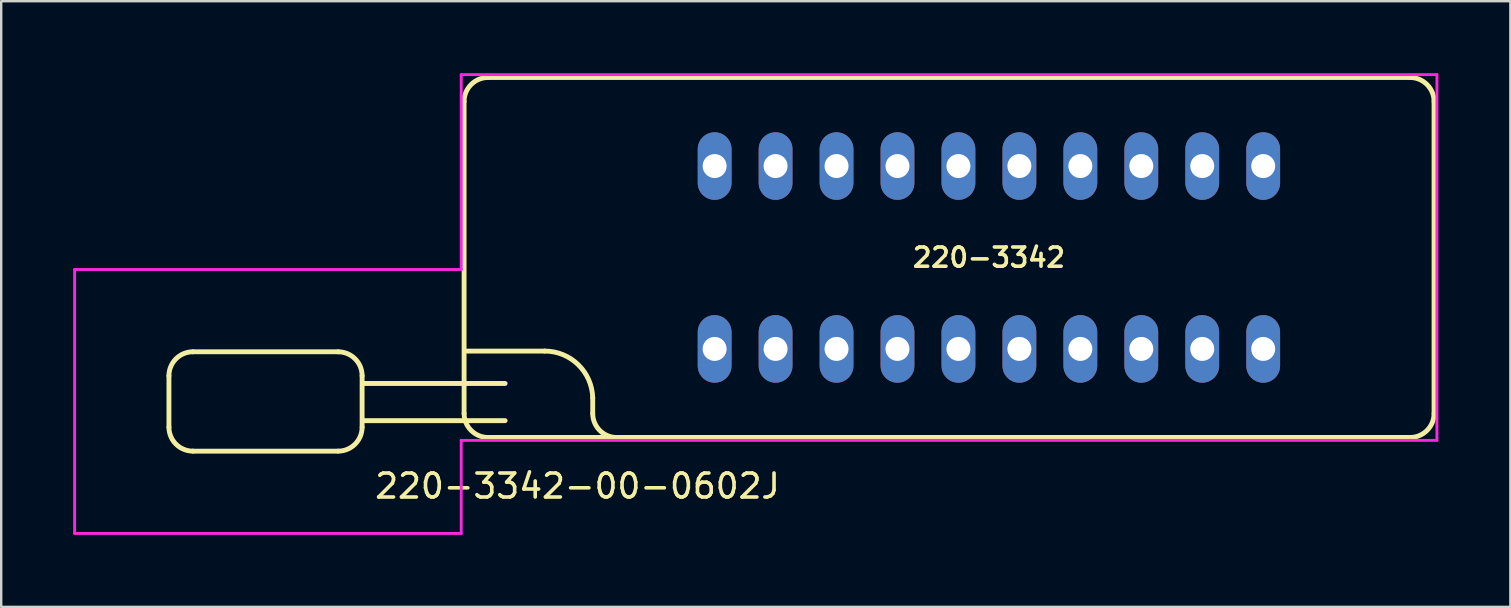
<source format=kicad_pcb>
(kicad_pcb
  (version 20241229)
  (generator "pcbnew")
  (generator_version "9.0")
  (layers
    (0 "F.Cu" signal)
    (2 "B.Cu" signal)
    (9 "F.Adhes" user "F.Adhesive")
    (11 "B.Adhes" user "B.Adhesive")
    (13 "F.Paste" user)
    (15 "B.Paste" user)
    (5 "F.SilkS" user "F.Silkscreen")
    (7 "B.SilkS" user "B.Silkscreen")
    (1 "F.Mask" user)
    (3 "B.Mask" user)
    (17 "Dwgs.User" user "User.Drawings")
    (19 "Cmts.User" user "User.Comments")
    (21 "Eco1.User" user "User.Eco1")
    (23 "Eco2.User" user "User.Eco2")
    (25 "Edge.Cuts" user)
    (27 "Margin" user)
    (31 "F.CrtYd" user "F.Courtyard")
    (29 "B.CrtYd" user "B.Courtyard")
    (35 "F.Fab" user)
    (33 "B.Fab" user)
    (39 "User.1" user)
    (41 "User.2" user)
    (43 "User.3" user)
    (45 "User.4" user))
  (footprint "220-3342-00-0602J"
    (layer "F.Cu")
    (at 38.16 7.68)
    (property "Reference" "220-3342-00-0602J" (at -17.145 9.525 0) (layer "F.SilkS") (effects (font (size 1 1) (thickness 0.15))))
    (attr through_hole)
    (fp_line (start -34.17 4.93) (end -34.17 7.07) (stroke (width 0.203) (type solid)) (layer "F.SilkS"))
    (fp_line (start -33.17 3.93) (end -27.12 3.93) (stroke (width 0.203) (type solid)) (layer "F.SilkS"))
    (fp_line (start -27.12 8.07) (end -33.17 8.07) (stroke (width 0.203) (type solid)) (layer "F.SilkS"))
    (fp_line (start -26.12 4.93) (end -26.12 7.07) (stroke (width 0.203) (type solid)) (layer "F.SilkS"))
    (fp_line (start -21.87 6.5) (end -21.87 -6.5) (stroke (width 0.203) (type solid)) (layer "F.SilkS"))
    (fp_line (start -21.76 3.9) (end -18.51 3.9) (stroke (width 0.203) (type solid)) (layer "F.SilkS"))
    (fp_line (start -20.87 -7.5) (end 17.55 -7.5) (stroke (width 0.203) (type solid)) (layer "F.SilkS"))
    (fp_line (start -20.16 5.25) (end -26.07 5.25) (stroke (width 0.203) (type solid)) (layer "F.SilkS"))
    (fp_line (start -20.16 6.8) (end -26.07 6.8) (stroke (width 0.203) (type solid)) (layer "F.SilkS"))
    (fp_line (start -16.51 5.85) (end -16.51 6.5) (stroke (width 0.203) (type solid)) (layer "F.SilkS"))
    (fp_line (start 17.55 7.5) (end -20.87 7.5) (stroke (width 0.203) (type solid)) (layer "F.SilkS"))
    (fp_line (start 18.55 -6.5) (end 18.55 6.5) (stroke (width 0.203) (type solid)) (layer "F.SilkS"))
    (fp_arc (start -34.17 4.93) (mid -33.877107 4.222893) (end -33.17 3.93) (stroke (width 0.2032) (type solid)) (layer "F.SilkS"))
    (fp_arc (start -33.17 8.07) (mid -33.877107 7.777107) (end -34.17 7.07) (stroke (width 0.2032) (type solid)) (layer "F.SilkS"))
    (fp_arc (start -27.12 3.93) (mid -26.412893 4.222893) (end -26.12 4.93) (stroke (width 0.2032) (type solid)) (layer "F.SilkS"))
    (fp_arc (start -26.12 7.07) (mid -26.412893 7.777107) (end -27.12 8.07) (stroke (width 0.2032) (type solid)) (layer "F.SilkS"))
    (fp_arc (start -21.87 -6.5) (mid -21.577107 -7.207107) (end -20.87 -7.5) (stroke (width 0.2032) (type solid)) (layer "F.SilkS"))
    (fp_arc (start -20.87 7.5) (mid -21.577107 7.207107) (end -21.87 6.5) (stroke (width 0.2032) (type solid)) (layer "F.SilkS"))
    (fp_arc (start -18.51 3.9) (mid -17.113341 4.46817) (end -16.51 5.85) (stroke (width 0.2032) (type solid)) (layer "F.SilkS"))
    (fp_arc (start -15.46 7.5) (mid -16.199286 7.225) (end -16.51 6.5) (stroke (width 0.2032) (type solid)) (layer "F.SilkS"))
    (fp_arc (start 17.55 -7.5) (mid 18.257107 -7.207107) (end 18.55 -6.5) (stroke (width 0.2032) (type solid)) (layer "F.SilkS"))
    (fp_arc (start 18.55 6.5) (mid 18.257107 7.207107) (end 17.55 7.5) (stroke (width 0.2032) (type solid)) (layer "F.SilkS"))
    (fp_line (start -38.1 0.5) (end -38.1 11.5) (stroke (width 0.12) (type default)) (layer "F.CrtYd"))
    (fp_line (start -38.1 11.5) (end -21.99 11.5) (stroke (width 0.12) (type default)) (layer "F.CrtYd"))
    (fp_line (start -21.99 -7.62) (end -21.99 0.5) (stroke (width 0.12) (type default)) (layer "F.CrtYd"))
    (fp_line (start -21.99 0.5) (end -38.1 0.5) (stroke (width 0.12) (type default)) (layer "F.CrtYd"))
    (fp_line (start -21.99 7.62) (end 18.67 7.62) (stroke (width 0.12) (type default)) (layer "F.CrtYd"))
    (fp_line (start -21.99 11.5) (end -21.99 7.62) (stroke (width 0.12) (type default)) (layer "F.CrtYd"))
    (fp_line (start 18.67 -7.62) (end -21.99 -7.62) (stroke (width 0.12) (type default)) (layer "F.CrtYd"))
    (fp_line (start 18.67 7.62) (end 18.67 -7.62) (stroke (width 0.12) (type default)) (layer "F.CrtYd"))
    (fp_text user "220-3342" (at 0 0 0) (layer "F.SilkS") (effects (font (size 0.8 0.8) (thickness 0.15))))
    (pad "1" thru_hole oval (at -11.43 3.81) (size 1.408 2.816) (drill 1) (layers "*.Cu" "*.Mask"))
    (pad "2" thru_hole oval (at -8.89 3.81) (size 1.408 2.816) (drill 1) (layers "*.Cu" "*.Mask"))
    (pad "3" thru_hole oval (at -6.35 3.81) (size 1.408 2.816) (drill 1) (layers "*.Cu" "*.Mask"))
    (pad "4" thru_hole oval (at -3.81 3.81) (size 1.408 2.816) (drill 1) (layers "*.Cu" "*.Mask"))
    (pad "5" thru_hole oval (at -1.27 3.81) (size 1.408 2.816) (drill 1) (layers "*.Cu" "*.Mask"))
    (pad "6" thru_hole oval (at 1.27 3.81) (size 1.408 2.816) (drill 1) (layers "*.Cu" "*.Mask"))
    (pad "7" thru_hole oval (at 3.81 3.81) (size 1.408 2.816) (drill 1) (layers "*.Cu" "*.Mask"))
    (pad "8" thru_hole oval (at 6.35 3.81) (size 1.408 2.816) (drill 1) (layers "*.Cu" "*.Mask"))
    (pad "9" thru_hole oval (at 8.89 3.81) (size 1.408 2.816) (drill 1) (layers "*.Cu" "*.Mask"))
    (pad "10" thru_hole oval (at 11.43 3.81) (size 1.408 2.816) (drill 1) (layers "*.Cu" "*.Mask"))
    (pad "11" thru_hole oval (at 11.43 -3.81) (size 1.408 2.816) (drill 1) (layers "*.Cu" "*.Mask"))
    (pad "12" thru_hole oval (at 8.89 -3.81) (size 1.408 2.816) (drill 1) (layers "*.Cu" "*.Mask"))
    (pad "13" thru_hole oval (at 6.35 -3.81) (size 1.408 2.816) (drill 1) (layers "*.Cu" "*.Mask"))
    (pad "14" thru_hole oval (at 3.81 -3.81) (size 1.408 2.816) (drill 1) (layers "*.Cu" "*.Mask"))
    (pad "15" thru_hole oval (at 1.27 -3.81) (size 1.408 2.816) (drill 1) (layers "*.Cu" "*.Mask"))
    (pad "16" thru_hole oval (at -1.27 -3.81) (size 1.408 2.816) (drill 1) (layers "*.Cu" "*.Mask"))
    (pad "17" thru_hole oval (at -3.81 -3.81) (size 1.408 2.816) (drill 1) (layers "*.Cu" "*.Mask"))
    (pad "18" thru_hole oval (at -6.35 -3.81) (size 1.408 2.816) (drill 1) (layers "*.Cu" "*.Mask"))
    (pad "19" thru_hole oval (at -8.89 -3.81) (size 1.408 2.816) (drill 1) (layers "*.Cu" "*.Mask"))
    (pad "20" thru_hole oval (at -11.43 -3.81) (size 1.408 2.816) (drill 1) (layers "*.Cu" "*.Mask")))
  (gr_rect
    (start -3 -3)
    (end 59.89 22.24)
    (stroke (width 0.1) (type default))
    (fill no)
    (layer "Edge.Cuts")))
</source>
